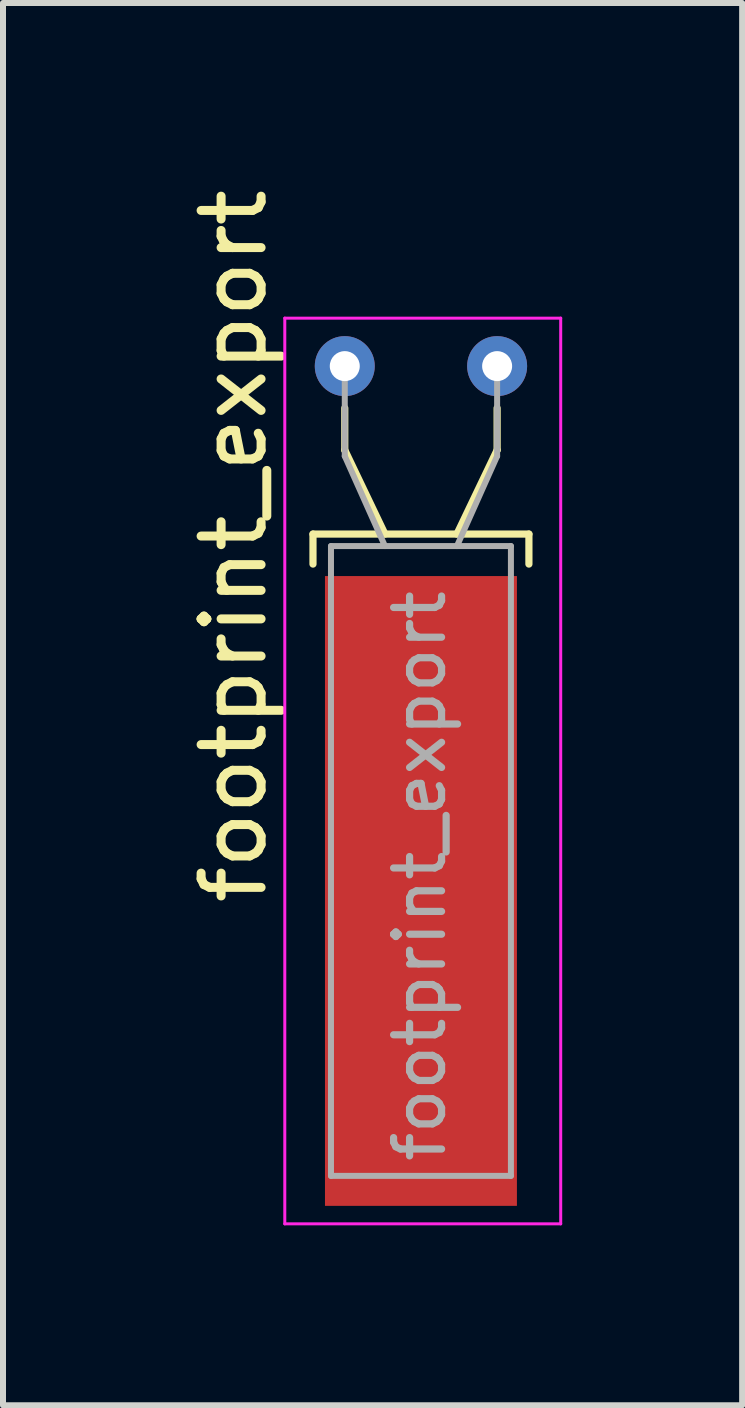
<source format=kicad_pcb>
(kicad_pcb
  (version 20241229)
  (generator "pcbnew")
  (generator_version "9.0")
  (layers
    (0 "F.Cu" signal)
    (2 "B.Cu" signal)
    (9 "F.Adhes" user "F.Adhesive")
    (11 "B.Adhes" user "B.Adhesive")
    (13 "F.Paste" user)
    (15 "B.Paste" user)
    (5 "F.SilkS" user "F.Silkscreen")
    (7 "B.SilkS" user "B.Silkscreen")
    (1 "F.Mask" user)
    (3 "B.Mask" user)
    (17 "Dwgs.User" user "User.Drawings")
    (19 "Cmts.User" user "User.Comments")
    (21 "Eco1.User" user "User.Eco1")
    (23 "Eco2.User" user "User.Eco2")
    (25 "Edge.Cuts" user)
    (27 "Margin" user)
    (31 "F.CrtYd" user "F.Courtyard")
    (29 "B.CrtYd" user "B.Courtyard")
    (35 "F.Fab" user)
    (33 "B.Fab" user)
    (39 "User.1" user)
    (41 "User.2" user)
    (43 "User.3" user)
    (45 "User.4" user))
  (footprint "footprint_export"
    (layer "F.Cu")
    (at 2.698 3.054)
    (property "Reference" "footprint_export" (at -1.85 3 90) (layer "F.SilkS") (effects (font (size 1 1) (thickness 0.15))))
    (attr through_hole)
    (fp_line (start -0.53 2.8) (end 3.07 2.8) (stroke (width 0.12) (type solid)) (layer "F.SilkS"))
    (fp_line (start -0.53 3.3) (end -0.53 2.8) (stroke (width 0.12) (type solid)) (layer "F.SilkS"))
    (fp_line (start 0 1.4) (end 0 0.7) (stroke (width 0.12) (type solid)) (layer "F.SilkS"))
    (fp_line (start 0.67 2.8) (end 0 1.4) (stroke (width 0.12) (type solid)) (layer "F.SilkS"))
    (fp_line (start 1.87 2.8) (end 2.54 1.4) (stroke (width 0.12) (type solid)) (layer "F.SilkS"))
    (fp_line (start 2.54 1.4) (end 2.54 0.7) (stroke (width 0.12) (type solid)) (layer "F.SilkS"))
    (fp_line (start 3.07 2.8) (end 3.07 3.3) (stroke (width 0.12) (type solid)) (layer "F.SilkS"))
    (fp_line (start -1 -0.8) (end -1 14.3) (stroke (width 0.05) (type solid)) (layer "F.CrtYd"))
    (fp_line (start -1 14.3) (end 3.6 14.3) (stroke (width 0.05) (type solid)) (layer "F.CrtYd"))
    (fp_line (start 3.6 -0.8) (end -1 -0.8) (stroke (width 0.05) (type solid)) (layer "F.CrtYd"))
    (fp_line (start 3.6 14.3) (end 3.6 -0.8) (stroke (width 0.05) (type solid)) (layer "F.CrtYd"))
    (fp_line (start -0.23 3) (end -0.23 13.5) (stroke (width 0.1) (type solid)) (layer "F.Fab"))
    (fp_line (start -0.23 13.5) (end 2.77 13.5) (stroke (width 0.1) (type solid)) (layer "F.Fab"))
    (fp_line (start 0 1.5) (end 0 0) (stroke (width 0.1) (type solid)) (layer "F.Fab"))
    (fp_line (start 0.67 3) (end 0 1.5) (stroke (width 0.1) (type solid)) (layer "F.Fab"))
    (fp_line (start 1.87 3) (end 2.54 1.5) (stroke (width 0.1) (type solid)) (layer "F.Fab"))
    (fp_line (start 2.54 1.5) (end 2.54 0) (stroke (width 0.1) (type solid)) (layer "F.Fab"))
    (fp_line (start 2.77 3) (end -0.23 3) (stroke (width 0.1) (type solid)) (layer "F.Fab"))
    (fp_line (start 2.77 13.5) (end 2.77 3) (stroke (width 0.1) (type solid)) (layer "F.Fab"))
    (fp_text user "${REFERENCE}" (at 1.25 8.5 90) (layer "F.Fab") (effects (font (size 0.8 0.8) (thickness 0.12))))
    (pad "1" thru_hole circle (at 0 0) (size 1 1) (drill 0.5) (layers "*.Cu" "*.Mask"))
    (pad "2" thru_hole circle (at 2.54 0) (size 1 1) (drill 0.5) (layers "*.Cu" "*.Mask"))
    (pad "3" smd rect (at 1.27 8.75) (size 3.2 10.5) (layers "F.Cu" "F.Mask" "F.Paste")))
  (gr_rect
    (start -3 -3)
    (end 9.323 20.379)
    (stroke (width 0.1) (type default))
    (fill no)
    (layer "Edge.Cuts")))
</source>
